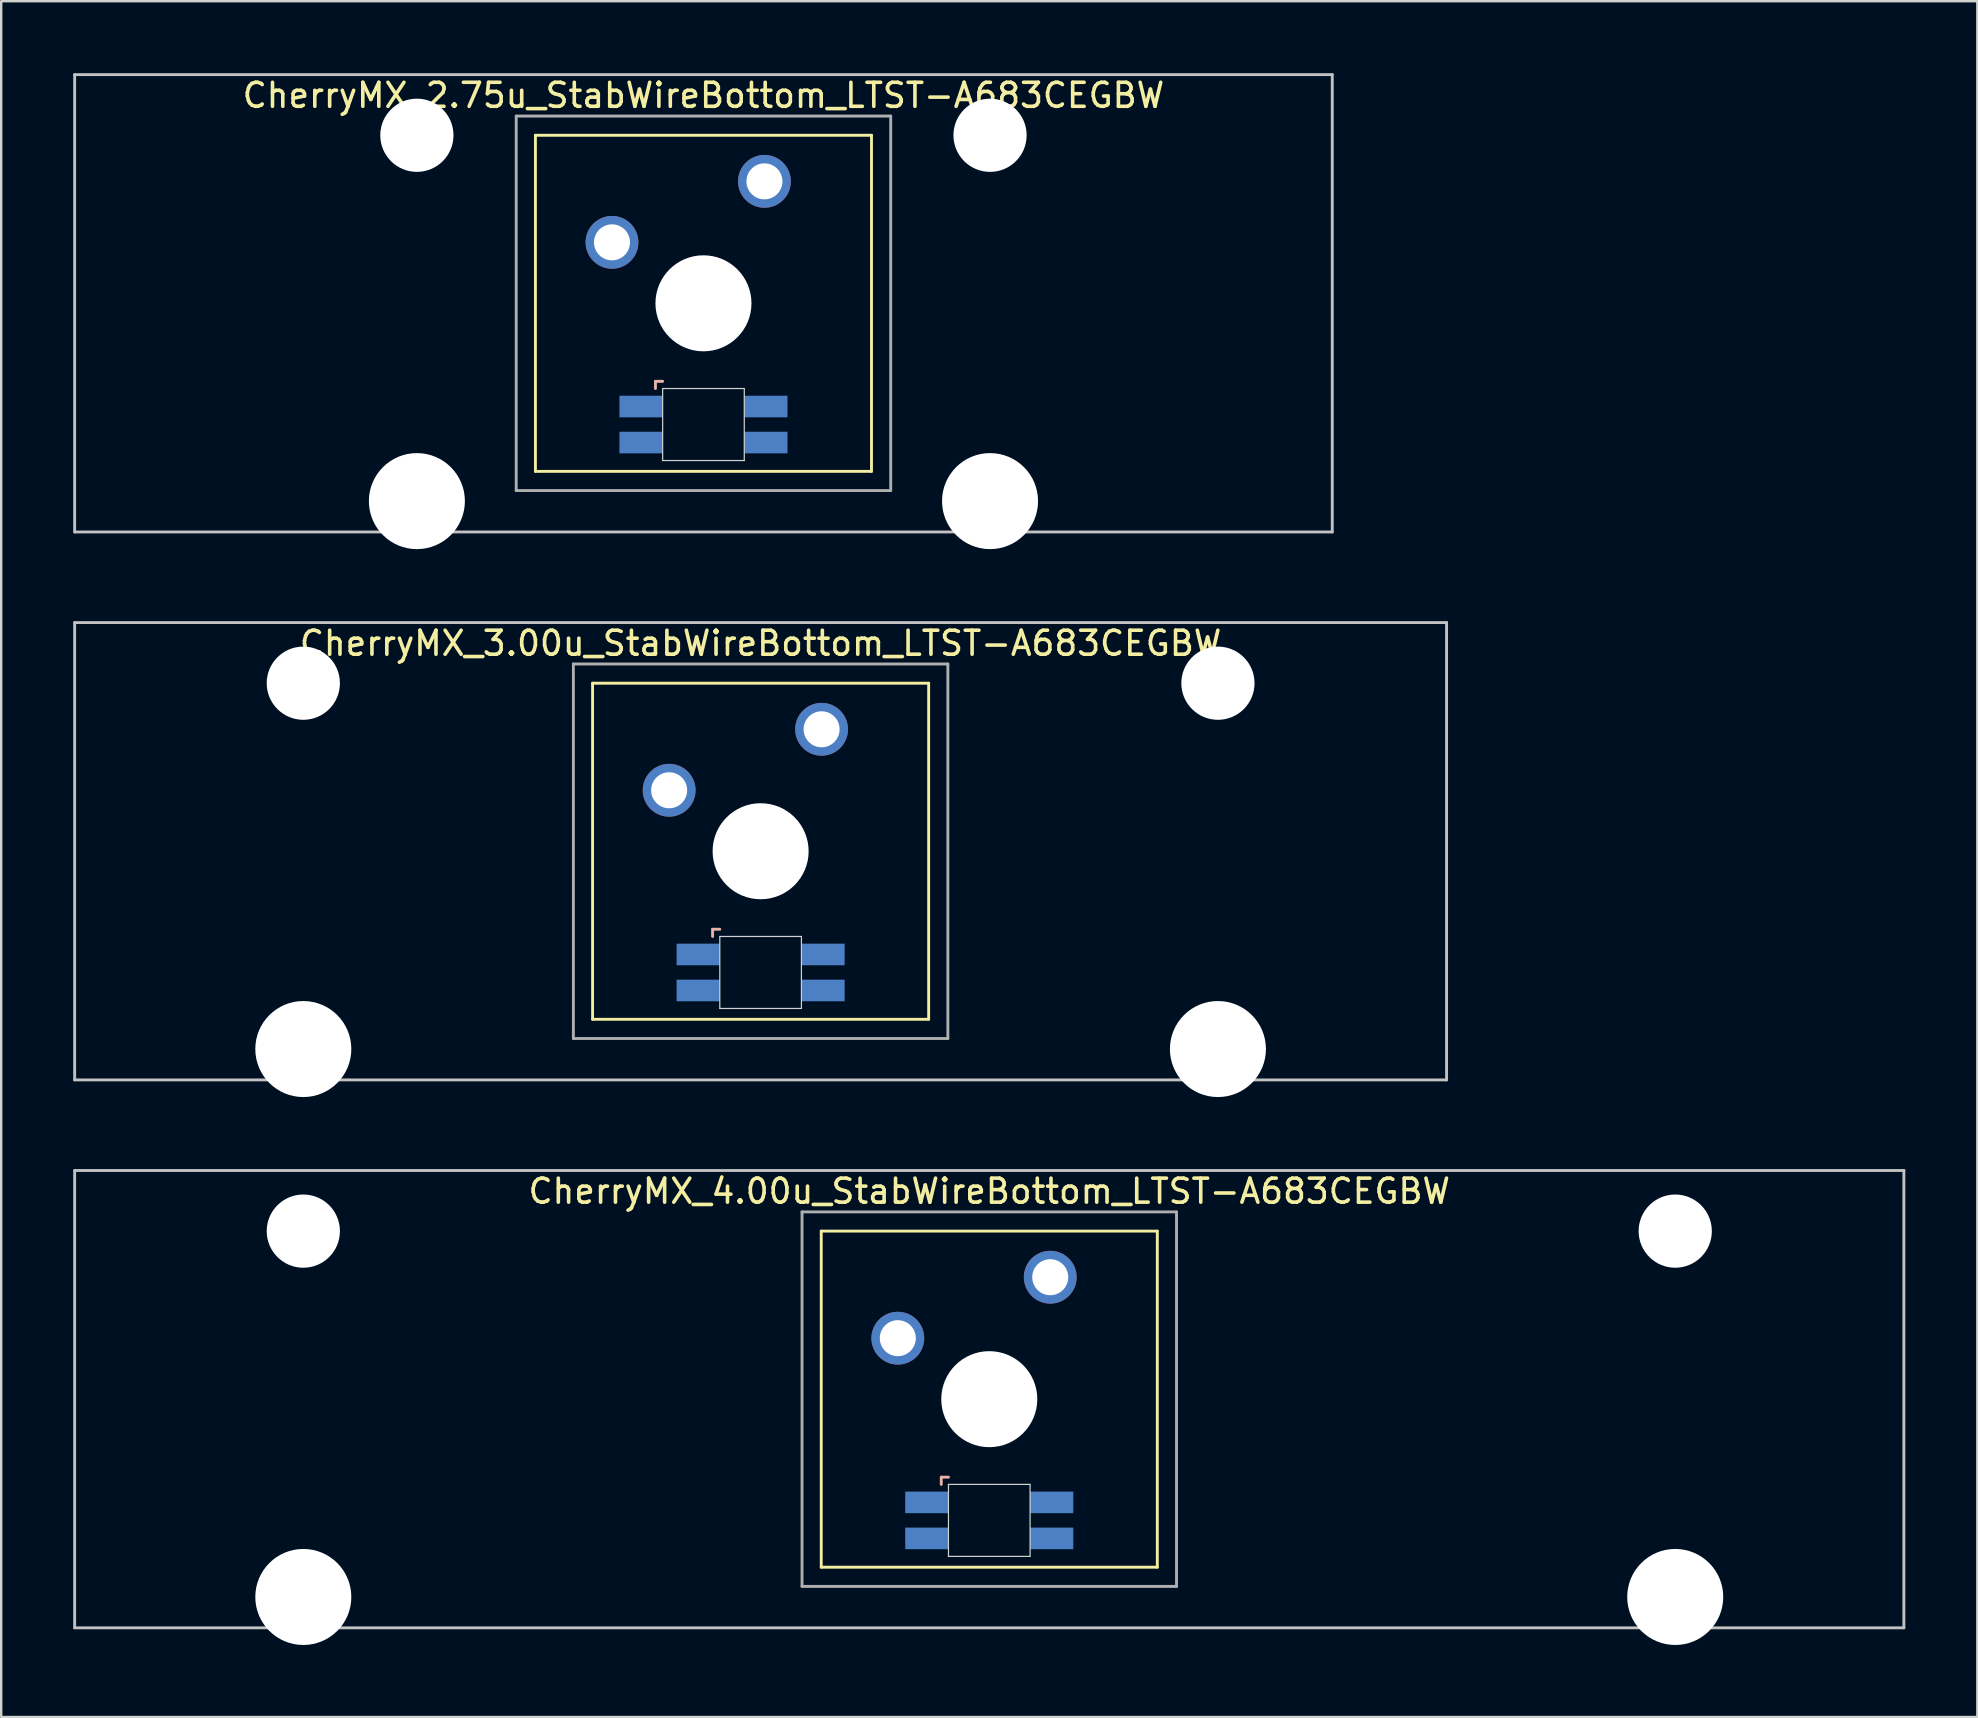
<source format=kicad_pcb>
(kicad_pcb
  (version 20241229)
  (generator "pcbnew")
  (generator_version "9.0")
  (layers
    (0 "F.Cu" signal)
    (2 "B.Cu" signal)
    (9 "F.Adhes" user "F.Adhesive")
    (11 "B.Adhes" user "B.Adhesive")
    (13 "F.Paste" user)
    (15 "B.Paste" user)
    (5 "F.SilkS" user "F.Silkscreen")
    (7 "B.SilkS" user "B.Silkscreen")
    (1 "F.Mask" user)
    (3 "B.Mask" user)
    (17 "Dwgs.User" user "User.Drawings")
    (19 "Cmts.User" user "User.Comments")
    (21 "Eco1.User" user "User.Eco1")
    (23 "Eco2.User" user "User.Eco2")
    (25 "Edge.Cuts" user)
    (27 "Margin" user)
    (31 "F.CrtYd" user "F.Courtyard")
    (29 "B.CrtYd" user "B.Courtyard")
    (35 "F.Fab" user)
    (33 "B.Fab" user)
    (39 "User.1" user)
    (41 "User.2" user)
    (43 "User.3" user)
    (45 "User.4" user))
  (footprint "CherryMX_3.00u_StabWireBottom_LTST-A683CEGBW"
    (layer "F.Cu")
    (at 28.635 32.41)
    (property "Reference" "CherryMX_3.00u_StabWireBottom_LTST-A683CEGBW" (at 0 -8.662 0) (layer "F.SilkS") (effects (font (size 1 1) (thickness 0.15))))
    (attr through_hole)
    (fp_line (start -7 -7) (end -7 7) (stroke (width 0.12) (type solid)) (layer "F.SilkS"))
    (fp_line (start -7 -7) (end 7 -7) (stroke (width 0.12) (type solid)) (layer "F.SilkS"))
    (fp_line (start 7 -7) (end 7 7) (stroke (width 0.12) (type solid)) (layer "F.SilkS"))
    (fp_line (start 7 7) (end -7 7) (stroke (width 0.12) (type solid)) (layer "F.SilkS"))
    (fp_line (start -2 3.25) (end -2 3.55) (stroke (width 0.12) (type solid)) (layer "B.SilkS"))
    (fp_line (start -1.7 3.25) (end -2 3.25) (stroke (width 0.12) (type solid)) (layer "B.SilkS"))
    (fp_line (start -28.575 -9.525) (end 28.575 -9.525) (stroke (width 0.12) (type solid)) (layer "Dwgs.User"))
    (fp_line (start -28.575 9.525) (end -28.575 -9.525) (stroke (width 0.12) (type solid)) (layer "Dwgs.User"))
    (fp_line (start 28.575 -9.525) (end 28.575 9.525) (stroke (width 0.12) (type solid)) (layer "Dwgs.User"))
    (fp_line (start 28.575 9.525) (end -28.575 9.525) (stroke (width 0.12) (type solid)) (layer "Dwgs.User"))
    (fp_line (start -1.7 3.55) (end 1.7 3.55) (stroke (width 0.05) (type solid)) (layer "Edge.Cuts"))
    (fp_line (start -1.7 6.55) (end -1.7 3.55) (stroke (width 0.05) (type solid)) (layer "Edge.Cuts"))
    (fp_line (start 1.7 3.55) (end 1.7 6.55) (stroke (width 0.05) (type solid)) (layer "Edge.Cuts"))
    (fp_line (start 1.7 6.55) (end -1.7 6.55) (stroke (width 0.05) (type solid)) (layer "Edge.Cuts"))
    (fp_line (start -7.8 -7.8) (end -7.8 7.8) (stroke (width 0.12) (type solid)) (layer "F.Fab"))
    (fp_line (start -7.8 -7.8) (end 7.8 -7.8) (stroke (width 0.12) (type solid)) (layer "F.Fab"))
    (fp_line (start -7.8 7.8) (end 7.8 7.8) (stroke (width 0.12) (type solid)) (layer "F.Fab"))
    (fp_line (start 7.8 -7.8) (end 7.8 7.8) (stroke (width 0.12) (type solid)) (layer "F.Fab"))
    (pad "" np_thru_hole circle (at -19.05 -7) (size 3.05 3.05) (drill 3.05) (layers "*.Cu" "*.Mask"))
    (pad "" np_thru_hole circle (at -19.05 8.24) (size 4 4) (drill 4) (layers "*.Cu" "*.Mask"))
    (pad "" np_thru_hole circle (at 0 0) (size 4 4) (drill 4) (layers "*.Cu" "*.Mask"))
    (pad "" np_thru_hole circle (at 19.05 -7) (size 3.05 3.05) (drill 3.05) (layers "*.Cu" "*.Mask"))
    (pad "" np_thru_hole circle (at 19.05 8.24) (size 4 4) (drill 4) (layers "*.Cu" "*.Mask"))
    (pad "1" thru_hole circle (at -3.81 -2.54) (size 2.2 2.2) (drill 1.5) (layers "*.Cu" "*.Mask"))
    (pad "2" thru_hole circle (at 2.54 -5.08) (size 2.2 2.2) (drill 1.5) (layers "*.Cu" "*.Mask"))
    (pad "3" smd rect (at -2.6 4.3) (size 1.8 0.9) (layers "B.Cu" "B.Mask" "B.Paste"))
    (pad "4" smd rect (at -2.6 5.8) (size 1.8 0.9) (layers "B.Cu" "B.Mask" "B.Paste"))
    (pad "5" smd rect (at 2.6 4.3) (size 1.8 0.9) (layers "B.Cu" "B.Mask" "B.Paste"))
    (pad "6" smd rect (at 2.6 5.8) (size 1.8 0.9) (layers "B.Cu" "B.Mask" "B.Paste")))
  (footprint "CherryMX_2.75u_StabWireBottom_LTST-A683CEGBW"
    (layer "F.Cu")
    (at 26.254 9.585)
    (property "Reference" "CherryMX_2.75u_StabWireBottom_LTST-A683CEGBW" (at 0 -8.662 0) (layer "F.SilkS") (effects (font (size 1 1) (thickness 0.15))))
    (attr through_hole)
    (fp_line (start -7 -7) (end -7 7) (stroke (width 0.12) (type solid)) (layer "F.SilkS"))
    (fp_line (start -7 -7) (end 7 -7) (stroke (width 0.12) (type solid)) (layer "F.SilkS"))
    (fp_line (start 7 -7) (end 7 7) (stroke (width 0.12) (type solid)) (layer "F.SilkS"))
    (fp_line (start 7 7) (end -7 7) (stroke (width 0.12) (type solid)) (layer "F.SilkS"))
    (fp_line (start -2 3.25) (end -2 3.55) (stroke (width 0.12) (type solid)) (layer "B.SilkS"))
    (fp_line (start -1.7 3.25) (end -2 3.25) (stroke (width 0.12) (type solid)) (layer "B.SilkS"))
    (fp_line (start -26.194 -9.525) (end 26.194 -9.525) (stroke (width 0.12) (type solid)) (layer "Dwgs.User"))
    (fp_line (start -26.194 9.525) (end -26.194 -9.525) (stroke (width 0.12) (type solid)) (layer "Dwgs.User"))
    (fp_line (start 26.194 -9.525) (end 26.194 9.525) (stroke (width 0.12) (type solid)) (layer "Dwgs.User"))
    (fp_line (start 26.194 9.525) (end -26.194 9.525) (stroke (width 0.12) (type solid)) (layer "Dwgs.User"))
    (fp_line (start -1.7 3.55) (end 1.7 3.55) (stroke (width 0.05) (type solid)) (layer "Edge.Cuts"))
    (fp_line (start -1.7 6.55) (end -1.7 3.55) (stroke (width 0.05) (type solid)) (layer "Edge.Cuts"))
    (fp_line (start 1.7 3.55) (end 1.7 6.55) (stroke (width 0.05) (type solid)) (layer "Edge.Cuts"))
    (fp_line (start 1.7 6.55) (end -1.7 6.55) (stroke (width 0.05) (type solid)) (layer "Edge.Cuts"))
    (fp_line (start -7.8 -7.8) (end -7.8 7.8) (stroke (width 0.12) (type solid)) (layer "F.Fab"))
    (fp_line (start -7.8 -7.8) (end 7.8 -7.8) (stroke (width 0.12) (type solid)) (layer "F.Fab"))
    (fp_line (start -7.8 7.8) (end 7.8 7.8) (stroke (width 0.12) (type solid)) (layer "F.Fab"))
    (fp_line (start 7.8 -7.8) (end 7.8 7.8) (stroke (width 0.12) (type solid)) (layer "F.Fab"))
    (pad "" np_thru_hole circle (at -11.938 -7) (size 3.05 3.05) (drill 3.05) (layers "*.Cu" "*.Mask"))
    (pad "" np_thru_hole circle (at -11.938 8.24) (size 4 4) (drill 4) (layers "*.Cu" "*.Mask"))
    (pad "" np_thru_hole circle (at 0 0) (size 4 4) (drill 4) (layers "*.Cu" "*.Mask"))
    (pad "" np_thru_hole circle (at 11.938 -7) (size 3.05 3.05) (drill 3.05) (layers "*.Cu" "*.Mask"))
    (pad "" np_thru_hole circle (at 11.938 8.24) (size 4 4) (drill 4) (layers "*.Cu" "*.Mask"))
    (pad "1" thru_hole circle (at -3.81 -2.54) (size 2.2 2.2) (drill 1.5) (layers "*.Cu" "*.Mask"))
    (pad "2" thru_hole circle (at 2.54 -5.08) (size 2.2 2.2) (drill 1.5) (layers "*.Cu" "*.Mask"))
    (pad "3" smd rect (at -2.6 4.3) (size 1.8 0.9) (layers "B.Cu" "B.Mask" "B.Paste"))
    (pad "4" smd rect (at -2.6 5.8) (size 1.8 0.9) (layers "B.Cu" "B.Mask" "B.Paste"))
    (pad "5" smd rect (at 2.6 4.3) (size 1.8 0.9) (layers "B.Cu" "B.Mask" "B.Paste"))
    (pad "6" smd rect (at 2.6 5.8) (size 1.8 0.9) (layers "B.Cu" "B.Mask" "B.Paste")))
  (footprint "CherryMX_4.00u_StabWireBottom_LTST-A683CEGBW"
    (layer "F.Cu")
    (at 38.16 55.235)
    (property "Reference" "CherryMX_4.00u_StabWireBottom_LTST-A683CEGBW" (at 0 -8.662 0) (layer "F.SilkS") (effects (font (size 1 1) (thickness 0.15))))
    (attr through_hole)
    (fp_line (start -7 -7) (end -7 7) (stroke (width 0.12) (type solid)) (layer "F.SilkS"))
    (fp_line (start -7 -7) (end 7 -7) (stroke (width 0.12) (type solid)) (layer "F.SilkS"))
    (fp_line (start 7 -7) (end 7 7) (stroke (width 0.12) (type solid)) (layer "F.SilkS"))
    (fp_line (start 7 7) (end -7 7) (stroke (width 0.12) (type solid)) (layer "F.SilkS"))
    (fp_line (start -2 3.25) (end -2 3.55) (stroke (width 0.12) (type solid)) (layer "B.SilkS"))
    (fp_line (start -1.7 3.25) (end -2 3.25) (stroke (width 0.12) (type solid)) (layer "B.SilkS"))
    (fp_line (start -38.1 -9.525) (end 38.1 -9.525) (stroke (width 0.12) (type solid)) (layer "Dwgs.User"))
    (fp_line (start -38.1 9.525) (end -38.1 -9.525) (stroke (width 0.12) (type solid)) (layer "Dwgs.User"))
    (fp_line (start 38.1 -9.525) (end 38.1 9.525) (stroke (width 0.12) (type solid)) (layer "Dwgs.User"))
    (fp_line (start 38.1 9.525) (end -38.1 9.525) (stroke (width 0.12) (type solid)) (layer "Dwgs.User"))
    (fp_line (start -1.7 3.55) (end 1.7 3.55) (stroke (width 0.05) (type solid)) (layer "Edge.Cuts"))
    (fp_line (start -1.7 6.55) (end -1.7 3.55) (stroke (width 0.05) (type solid)) (layer "Edge.Cuts"))
    (fp_line (start 1.7 3.55) (end 1.7 6.55) (stroke (width 0.05) (type solid)) (layer "Edge.Cuts"))
    (fp_line (start 1.7 6.55) (end -1.7 6.55) (stroke (width 0.05) (type solid)) (layer "Edge.Cuts"))
    (fp_line (start -7.8 -7.8) (end -7.8 7.8) (stroke (width 0.12) (type solid)) (layer "F.Fab"))
    (fp_line (start -7.8 -7.8) (end 7.8 -7.8) (stroke (width 0.12) (type solid)) (layer "F.Fab"))
    (fp_line (start -7.8 7.8) (end 7.8 7.8) (stroke (width 0.12) (type solid)) (layer "F.Fab"))
    (fp_line (start 7.8 -7.8) (end 7.8 7.8) (stroke (width 0.12) (type solid)) (layer "F.Fab"))
    (pad "" np_thru_hole circle (at -28.575 -7) (size 3.05 3.05) (drill 3.05) (layers "*.Cu" "*.Mask"))
    (pad "" np_thru_hole circle (at -28.575 8.24) (size 4 4) (drill 4) (layers "*.Cu" "*.Mask"))
    (pad "" np_thru_hole circle (at 0 0) (size 4 4) (drill 4) (layers "*.Cu" "*.Mask"))
    (pad "" np_thru_hole circle (at 28.575 -7) (size 3.05 3.05) (drill 3.05) (layers "*.Cu" "*.Mask"))
    (pad "" np_thru_hole circle (at 28.575 8.24) (size 4 4) (drill 4) (layers "*.Cu" "*.Mask"))
    (pad "1" thru_hole circle (at -3.81 -2.54) (size 2.2 2.2) (drill 1.5) (layers "*.Cu" "*.Mask"))
    (pad "2" thru_hole circle (at 2.54 -5.08) (size 2.2 2.2) (drill 1.5) (layers "*.Cu" "*.Mask"))
    (pad "3" smd rect (at -2.6 4.3) (size 1.8 0.9) (layers "B.Cu" "B.Mask" "B.Paste"))
    (pad "4" smd rect (at -2.6 5.8) (size 1.8 0.9) (layers "B.Cu" "B.Mask" "B.Paste"))
    (pad "5" smd rect (at 2.6 4.3) (size 1.8 0.9) (layers "B.Cu" "B.Mask" "B.Paste"))
    (pad "6" smd rect (at 2.6 5.8) (size 1.8 0.9) (layers "B.Cu" "B.Mask" "B.Paste")))
  (gr_rect
    (start -3 -3)
    (end 79.32 68.475)
    (stroke (width 0.1) (type default))
    (fill no)
    (layer "Edge.Cuts")))
</source>
